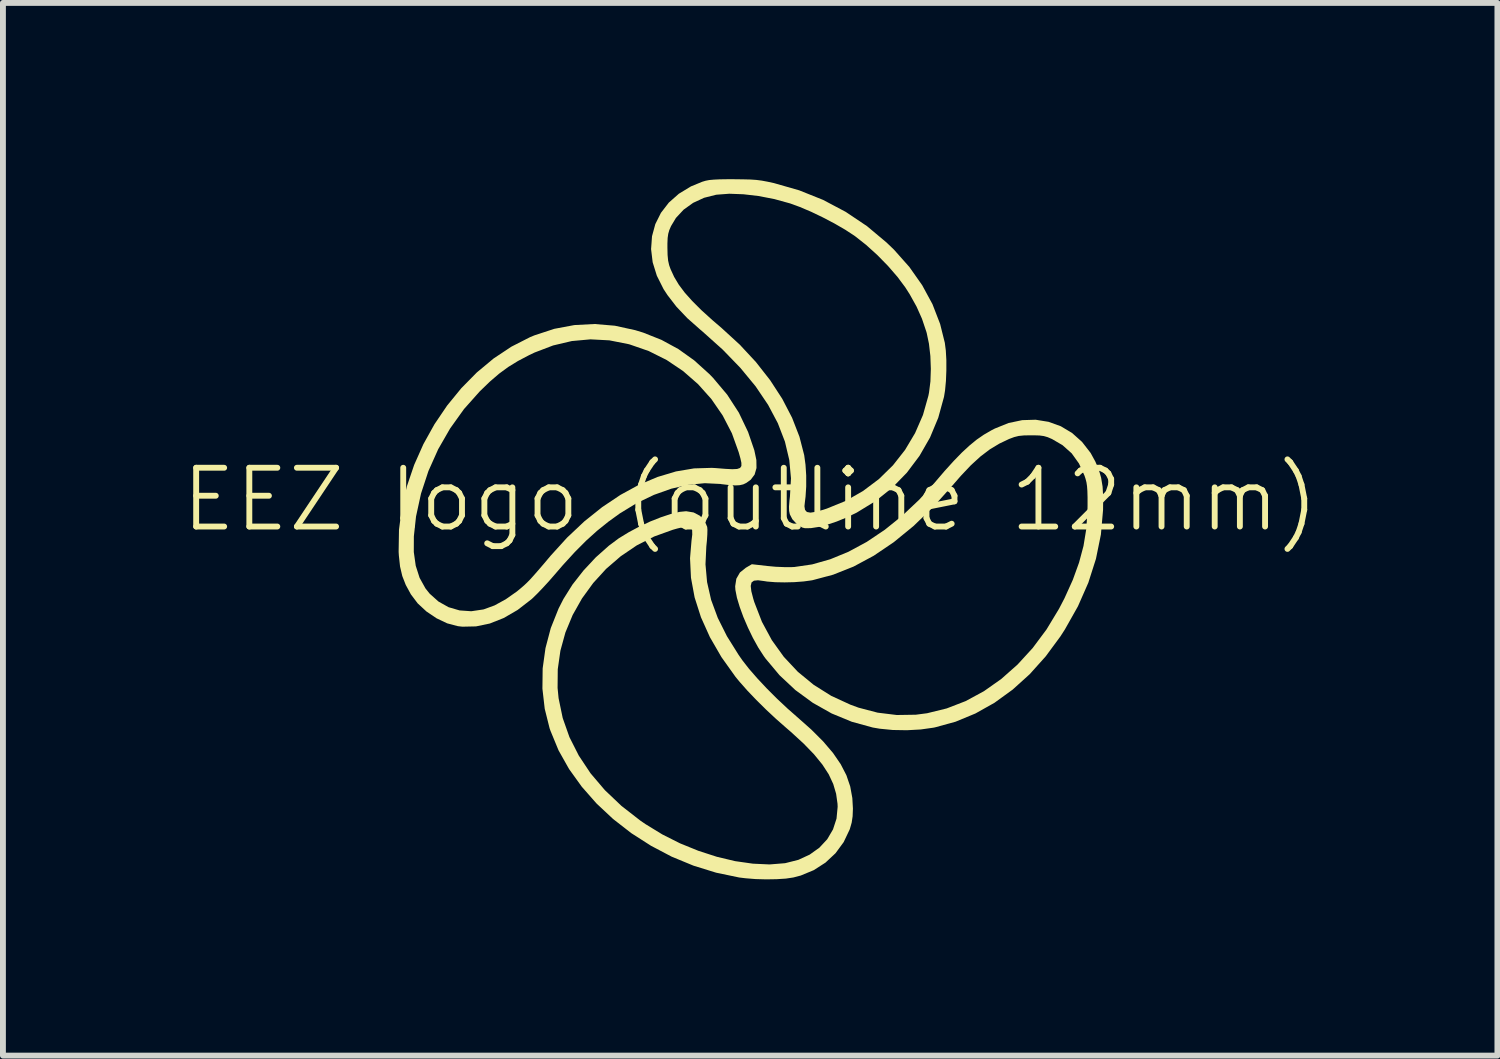
<source format=kicad_pcb>
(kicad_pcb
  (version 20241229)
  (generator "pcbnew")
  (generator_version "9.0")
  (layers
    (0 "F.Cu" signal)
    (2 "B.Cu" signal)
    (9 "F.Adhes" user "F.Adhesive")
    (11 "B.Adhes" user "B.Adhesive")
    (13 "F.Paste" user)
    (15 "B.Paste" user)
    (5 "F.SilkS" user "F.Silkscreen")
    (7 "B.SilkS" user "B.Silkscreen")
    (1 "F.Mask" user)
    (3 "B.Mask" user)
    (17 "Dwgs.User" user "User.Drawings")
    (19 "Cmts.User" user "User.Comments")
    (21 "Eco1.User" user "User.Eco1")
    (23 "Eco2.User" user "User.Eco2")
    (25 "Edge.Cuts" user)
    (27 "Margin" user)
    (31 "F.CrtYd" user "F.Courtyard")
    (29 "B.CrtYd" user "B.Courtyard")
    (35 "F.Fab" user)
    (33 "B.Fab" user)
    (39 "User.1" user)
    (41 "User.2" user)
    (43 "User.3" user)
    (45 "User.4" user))
  (footprint "EEZ logo (outline 12mm)"
    (layer "F.Cu")
    (at 9.717 5.953)
    (property "Reference" "EEZ logo (outline 12mm)" (at 0 -0.5 0) (unlocked yes) (layer "F.SilkS") (effects (font (size 1 1) (thickness 0.1))))
    (attr exclude_from_pos_files exclude_from_bom)
    (fp_poly (pts (xy -0.963 -0.282) (xy -0.855 -0.225) (xy -0.774 -0.135) (xy -0.732 -0.036) (xy -0.728 0.013) (xy -0.73 0.097) (xy -0.737 0.201) (xy -0.747 0.299) (xy -0.761 0.601) (xy -0.734 0.903) (xy -0.665 1.206) (xy -0.552 1.512) (xy -0.396 1.824) (xy -0.196 2.144) (xy -0.131 2.237) (xy -0.021 2.378) (xy 0.119 2.539) (xy 0.28 2.711) (xy 0.454 2.885) (xy 0.634 3.054) (xy 0.792 3.193) (xy 1.038 3.411) (xy 1.243 3.616) (xy 1.41 3.812) (xy 1.54 4.002) (xy 1.637 4.19) (xy 1.702 4.381) (xy 1.738 4.578) (xy 1.748 4.758) (xy 1.743 4.889) (xy 1.727 4.996) (xy 1.697 5.101) (xy 1.691 5.117) (xy 1.59 5.329) (xy 1.452 5.517) (xy 1.281 5.677) (xy 1.082 5.805) (xy 0.86 5.897) (xy 0.734 5.93) (xy 0.607 5.949) (xy 0.449 5.959) (xy 0.272 5.962) (xy 0.09 5.957) (xy -0.082 5.943) (xy -0.188 5.93) (xy -0.581 5.848) (xy -0.965 5.729) (xy -1.336 5.576) (xy -1.689 5.39) (xy -2.023 5.176) (xy -2.333 4.935) (xy -2.615 4.671) (xy -2.866 4.386) (xy -3.083 4.084) (xy -3.262 3.766) (xy -3.398 3.436) (xy -3.414 3.391) (xy -3.497 3.059) (xy -3.536 2.718) (xy -3.536 2.705) (xy -3.278 2.705) (xy -3.261 2.879) (xy -3.191 3.216) (xy -3.076 3.542) (xy -2.917 3.856) (xy -2.717 4.157) (xy -2.474 4.443) (xy -2.192 4.711) (xy -1.871 4.961) (xy -1.782 5.022) (xy -1.496 5.197) (xy -1.194 5.349) (xy -0.882 5.476) (xy -0.567 5.578) (xy -0.256 5.652) (xy 0.046 5.695) (xy 0.33 5.708) (xy 0.591 5.687) (xy 0.601 5.685) (xy 0.819 5.63) (xy 1.012 5.541) (xy 1.177 5.423) (xy 1.311 5.279) (xy 1.409 5.112) (xy 1.469 4.928) (xy 1.488 4.728) (xy 1.486 4.676) (xy 1.462 4.505) (xy 1.413 4.339) (xy 1.336 4.174) (xy 1.228 4.008) (xy 1.087 3.835) (xy 0.91 3.652) (xy 0.694 3.454) (xy 0.606 3.378) (xy 0.441 3.233) (xy 0.271 3.074) (xy 0.105 2.91) (xy -0.048 2.75) (xy -0.178 2.603) (xy -0.249 2.517) (xy -0.49 2.179) (xy -0.686 1.84) (xy -0.838 1.502) (xy -0.946 1.164) (xy -1.008 0.829) (xy -1.024 0.497) (xy -0.999 0.199) (xy -0.986 0.093) (xy -0.988 0.019) (xy -1.009 -0.025) (xy -1.055 -0.042) (xy -1.131 -0.035) (xy -1.244 -0.008) (xy -1.318 0.013) (xy -1.634 0.127) (xy -1.93 0.278) (xy -2.203 0.463) (xy -2.452 0.678) (xy -2.672 0.919) (xy -2.863 1.182) (xy -3.022 1.464) (xy -3.145 1.761) (xy -3.23 2.07) (xy -3.275 2.386) (xy -3.278 2.705) (xy -3.536 2.705) (xy -3.532 2.372) (xy -3.484 2.027) (xy -3.394 1.686) (xy -3.262 1.355) (xy -3.178 1.19) (xy -3.025 0.946) (xy -2.837 0.706) (xy -2.627 0.481) (xy -2.403 0.282) (xy -2.235 0.157) (xy -2.068 0.055) (xy -1.888 -0.041) (xy -1.702 -0.128) (xy -1.52 -0.2) (xy -1.351 -0.256) (xy -1.202 -0.292) (xy -1.09 -0.303)) (stroke (width 0) (type solid)) (fill yes) (layer "F.SilkS"))
    (fp_poly (pts (xy -2.303 -3.46) (xy -1.956 -3.384) (xy -1.822 -3.343) (xy -1.51 -3.219) (xy -1.223 -3.063) (xy -0.954 -2.871) (xy -0.696 -2.638) (xy -0.632 -2.572) (xy -0.392 -2.287) (xy -0.193 -1.98) (xy -0.036 -1.651) (xy 0.07 -1.341) (xy 0.105 -1.174) (xy 0.107 -1.038) (xy 0.075 -0.927) (xy 0.009 -0.839) (xy -0.066 -0.785) (xy -0.118 -0.76) (xy -0.178 -0.746) (xy -0.253 -0.742) (xy -0.354 -0.748) (xy -0.491 -0.764) (xy -0.506 -0.767) (xy -0.773 -0.78) (xy -1.054 -0.753) (xy -1.344 -0.686) (xy -1.639 -0.581) (xy -1.933 -0.44) (xy -2.218 -0.266) (xy -2.417 -0.122) (xy -2.607 0.031) (xy -2.794 0.2) (xy -2.985 0.392) (xy -3.187 0.613) (xy -3.332 0.781) (xy -3.428 0.891) (xy -3.529 1.001) (xy -3.625 1.101) (xy -3.704 1.178) (xy -3.724 1.196) (xy -3.958 1.377) (xy -4.194 1.514) (xy -4.431 1.608) (xy -4.666 1.657) (xy -4.898 1.662) (xy -4.975 1.653) (xy -5.157 1.605) (xy -5.338 1.519) (xy -5.51 1.403) (xy -5.659 1.265) (xy -5.775 1.111) (xy -5.776 1.109) (xy -5.862 0.951) (xy -5.921 0.8) (xy -5.959 0.638) (xy -5.979 0.453) (xy -5.983 0.391) (xy -5.725 0.391) (xy -5.692 0.625) (xy -5.626 0.831) (xy -5.526 1.011) (xy -5.454 1.101) (xy -5.305 1.234) (xy -5.134 1.33) (xy -4.946 1.385) (xy -4.747 1.399) (xy -4.544 1.369) (xy -4.532 1.366) (xy -4.351 1.3) (xy -4.161 1.196) (xy -3.97 1.062) (xy -3.958 1.052) (xy -3.9 1.004) (xy -3.848 0.959) (xy -3.798 0.912) (xy -3.744 0.857) (xy -3.682 0.788) (xy -3.605 0.7) (xy -3.508 0.587) (xy -3.396 0.454) (xy -3.116 0.146) (xy -2.823 -0.13) (xy -2.519 -0.373) (xy -2.208 -0.581) (xy -1.893 -0.753) (xy -1.577 -0.886) (xy -1.264 -0.98) (xy -0.955 -1.032) (xy -0.654 -1.041) (xy -0.583 -1.037) (xy -0.423 -1.024) (xy -0.304 -1.018) (xy -0.223 -1.022) (xy -0.173 -1.039) (xy -0.15 -1.072) (xy -0.15 -1.126) (xy -0.167 -1.204) (xy -0.196 -1.307) (xy -0.312 -1.63) (xy -0.469 -1.933) (xy -0.661 -2.212) (xy -0.887 -2.465) (xy -1.142 -2.688) (xy -1.423 -2.877) (xy -1.727 -3.029) (xy -2.05 -3.141) (xy -2.073 -3.147) (xy -2.397 -3.211) (xy -2.718 -3.228) (xy -3.036 -3.199) (xy -3.354 -3.124) (xy -3.671 -3.003) (xy -3.763 -2.959) (xy -3.953 -2.859) (xy -4.119 -2.757) (xy -4.274 -2.643) (xy -4.43 -2.509) (xy -4.6 -2.345) (xy -4.602 -2.343) (xy -4.871 -2.041) (xy -5.107 -1.711) (xy -5.31 -1.358) (xy -5.476 -0.987) (xy -5.602 -0.604) (xy -5.687 -0.214) (xy -5.724 0.125) (xy -5.725 0.391) (xy -5.983 0.391) (xy -5.983 0.38) (xy -5.977 0.012) (xy -5.929 -0.359) (xy -5.842 -0.729) (xy -5.719 -1.091) (xy -5.562 -1.444) (xy -5.374 -1.782) (xy -5.158 -2.101) (xy -4.916 -2.397) (xy -4.652 -2.665) (xy -4.366 -2.903) (xy -4.063 -3.104) (xy -3.745 -3.266) (xy -3.672 -3.296) (xy -3.334 -3.407) (xy -2.992 -3.471) (xy -2.649 -3.489)) (stroke (width 0) (type solid)) (fill yes) (layer "F.SilkS"))
    (fp_poly (pts (xy 5.079 -1.824) (xy 5.286 -1.749) (xy 5.477 -1.635) (xy 5.647 -1.483) (xy 5.793 -1.295) (xy 5.874 -1.147) (xy 5.932 -1.011) (xy 5.972 -0.873) (xy 5.997 -0.721) (xy 6.007 -0.546) (xy 6.005 -0.337) (xy 6.005 -0.326) (xy 5.968 0.094) (xy 5.884 0.507) (xy 5.754 0.914) (xy 5.578 1.314) (xy 5.356 1.708) (xy 5.278 1.829) (xy 5.028 2.168) (xy 4.757 2.47) (xy 4.466 2.733) (xy 4.157 2.957) (xy 3.833 3.139) (xy 3.495 3.279) (xy 3.146 3.375) (xy 3.116 3.381) (xy 2.902 3.411) (xy 2.666 3.424) (xy 2.427 3.42) (xy 2.203 3.398) (xy 2.086 3.378) (xy 1.729 3.28) (xy 1.387 3.139) (xy 1.066 2.958) (xy 0.768 2.74) (xy 0.499 2.488) (xy 0.261 2.204) (xy 0.232 2.164) (xy 0.138 2.019) (xy 0.046 1.853) (xy -0.039 1.677) (xy -0.116 1.498) (xy -0.179 1.325) (xy -0.226 1.169) (xy -0.252 1.036) (xy -0.256 0.974) (xy -0.255 0.968) (xy 0.009 0.968) (xy 0.019 1.058) (xy 0.052 1.186) (xy 0.069 1.242) (xy 0.2 1.58) (xy 0.368 1.891) (xy 0.572 2.175) (xy 0.81 2.429) (xy 1.08 2.651) (xy 1.379 2.839) (xy 1.707 2.99) (xy 1.844 3.04) (xy 2.168 3.125) (xy 2.494 3.165) (xy 2.818 3.16) (xy 3.01 3.135) (xy 3.344 3.053) (xy 3.667 2.928) (xy 3.977 2.76) (xy 4.272 2.552) (xy 4.55 2.306) (xy 4.808 2.024) (xy 5.044 1.707) (xy 5.255 1.358) (xy 5.349 1.177) (xy 5.49 0.865) (xy 5.596 0.572) (xy 5.672 0.288) (xy 5.719 0.001) (xy 5.739 -0.299) (xy 5.741 -0.396) (xy 5.741 -0.54) (xy 5.738 -0.648) (xy 5.732 -0.73) (xy 5.722 -0.796) (xy 5.706 -0.857) (xy 5.689 -0.908) (xy 5.595 -1.115) (xy 5.471 -1.288) (xy 5.315 -1.427) (xy 5.137 -1.531) (xy 5.063 -1.563) (xy 4.997 -1.582) (xy 4.923 -1.592) (xy 4.824 -1.595) (xy 4.777 -1.595) (xy 4.659 -1.593) (xy 4.57 -1.584) (xy 4.493 -1.565) (xy 4.41 -1.534) (xy 4.409 -1.534) (xy 4.239 -1.453) (xy 4.077 -1.355) (xy 3.918 -1.234) (xy 3.755 -1.085) (xy 3.583 -0.903) (xy 3.436 -0.734) (xy 3.11 -0.37) (xy 2.779 -0.051) (xy 2.443 0.224) (xy 2.103 0.454) (xy 1.759 0.639) (xy 1.412 0.777) (xy 1.063 0.87) (xy 1.042 0.874) (xy 0.91 0.892) (xy 0.752 0.904) (xy 0.586 0.908) (xy 0.427 0.905) (xy 0.29 0.894) (xy 0.232 0.885) (xy 0.133 0.872) (xy 0.064 0.879) (xy 0.023 0.909) (xy 0.009 0.968) (xy -0.255 0.968) (xy -0.236 0.846) (xy -0.175 0.74) (xy -0.076 0.66) (xy 0.028 0.599) (xy 0.292 0.629) (xy 0.432 0.642) (xy 0.577 0.648) (xy 0.707 0.648) (xy 0.752 0.646) (xy 1.054 0.602) (xy 1.361 0.515) (xy 1.672 0.387) (xy 1.983 0.219) (xy 2.29 0.013) (xy 2.589 -0.228) (xy 2.879 -0.502) (xy 3.131 -0.78) (xy 3.308 -0.987) (xy 3.464 -1.159) (xy 3.604 -1.303) (xy 3.733 -1.422) (xy 3.855 -1.522) (xy 3.977 -1.606) (xy 4.103 -1.679) (xy 4.163 -1.71) (xy 4.396 -1.804) (xy 4.629 -1.853) (xy 4.858 -1.86)) (stroke (width 0) (type solid)) (fill yes) (layer "F.SilkS"))
    (fp_poly (pts (xy -0.28 -5.953) (xy -0.121 -5.951) (xy 0.003 -5.948) (xy 0.106 -5.941) (xy 0.198 -5.929) (xy 0.294 -5.911) (xy 0.405 -5.887) (xy 0.408 -5.886) (xy 0.834 -5.764) (xy 1.241 -5.601) (xy 1.626 -5.397) (xy 1.987 -5.155) (xy 2.32 -4.876) (xy 2.447 -4.754) (xy 2.709 -4.459) (xy 2.927 -4.149) (xy 3.102 -3.826) (xy 3.232 -3.49) (xy 3.312 -3.169) (xy 3.329 -3.037) (xy 3.338 -2.875) (xy 3.338 -2.697) (xy 3.331 -2.521) (xy 3.316 -2.36) (xy 3.298 -2.249) (xy 3.2 -1.893) (xy 3.06 -1.557) (xy 2.881 -1.245) (xy 2.666 -0.959) (xy 2.415 -0.701) (xy 2.132 -0.475) (xy 1.817 -0.282) (xy 1.808 -0.277) (xy 1.641 -0.197) (xy 1.473 -0.128) (xy 1.311 -0.074) (xy 1.161 -0.035) (xy 1.032 -0.015) (xy 0.931 -0.014) (xy 0.886 -0.025) (xy 0.795 -0.083) (xy 0.717 -0.167) (xy 0.674 -0.251) (xy 0.662 -0.308) (xy 0.66 -0.381) (xy 0.668 -0.483) (xy 0.676 -0.552) (xy 0.694 -0.863) (xy 0.665 -1.175) (xy 0.591 -1.487) (xy 0.47 -1.801) (xy 0.304 -2.114) (xy 0.092 -2.428) (xy -0.166 -2.741) (xy -0.468 -3.053) (xy -0.815 -3.364) (xy -0.845 -3.389) (xy -1.07 -3.588) (xy -1.255 -3.783) (xy -1.407 -3.98) (xy -1.474 -4.082) (xy -1.589 -4.311) (xy -1.66 -4.54) (xy -1.687 -4.765) (xy -1.685 -4.789) (xy -1.409 -4.789) (xy -1.406 -4.663) (xy -1.397 -4.568) (xy -1.379 -4.489) (xy -1.355 -4.422) (xy -1.294 -4.29) (xy -1.215 -4.158) (xy -1.114 -4.023) (xy -0.987 -3.881) (xy -0.832 -3.726) (xy -0.642 -3.554) (xy -0.486 -3.42) (xy -0.178 -3.138) (xy 0.098 -2.841) (xy 0.34 -2.532) (xy 0.546 -2.215) (xy 0.713 -1.893) (xy 0.838 -1.571) (xy 0.919 -1.257) (xy 0.941 -1.095) (xy 0.953 -0.911) (xy 0.953 -0.723) (xy 0.942 -0.551) (xy 0.933 -0.479) (xy 0.923 -0.388) (xy 0.933 -0.326) (xy 0.965 -0.29) (xy 1.025 -0.279) (xy 1.116 -0.293) (xy 1.244 -0.328) (xy 1.307 -0.349) (xy 1.626 -0.479) (xy 1.921 -0.648) (xy 2.19 -0.85) (xy 2.429 -1.084) (xy 2.635 -1.346) (xy 2.806 -1.633) (xy 2.94 -1.941) (xy 3.032 -2.267) (xy 3.043 -2.322) (xy 3.067 -2.512) (xy 3.074 -2.725) (xy 3.066 -2.944) (xy 3.042 -3.153) (xy 3.004 -3.335) (xy 2.998 -3.356) (xy 2.923 -3.579) (xy 2.831 -3.785) (xy 2.716 -3.992) (xy 2.639 -4.113) (xy 2.507 -4.29) (xy 2.345 -4.477) (xy 2.164 -4.662) (xy 1.973 -4.835) (xy 1.785 -4.983) (xy 1.771 -4.993) (xy 1.618 -5.093) (xy 1.435 -5.199) (xy 1.237 -5.303) (xy 1.035 -5.4) (xy 0.844 -5.481) (xy 0.677 -5.542) (xy 0.676 -5.542) (xy 0.411 -5.615) (xy 0.144 -5.667) (xy -0.115 -5.697) (xy -0.356 -5.706) (xy -0.568 -5.69) (xy -0.583 -5.688) (xy -0.785 -5.637) (xy -0.971 -5.551) (xy -1.133 -5.435) (xy -1.264 -5.294) (xy -1.347 -5.156) (xy -1.377 -5.087) (xy -1.395 -5.024) (xy -1.405 -4.953) (xy -1.409 -4.859) (xy -1.409 -4.789) (xy -1.685 -4.789) (xy -1.671 -4.983) (xy -1.615 -5.189) (xy -1.519 -5.381) (xy -1.385 -5.555) (xy -1.214 -5.706) (xy -1.008 -5.831) (xy -0.816 -5.91) (xy -0.759 -5.927) (xy -0.698 -5.939) (xy -0.621 -5.946) (xy -0.522 -5.951) (xy -0.391 -5.953)) (stroke (width 0) (type solid)) (fill yes) (layer "F.SilkS")))
  (gr_rect
    (start -3 -3)
    (end 22.433 14.914)
    (stroke (width 0.1) (type default))
    (fill no)
    (layer "Edge.Cuts")))
</source>
